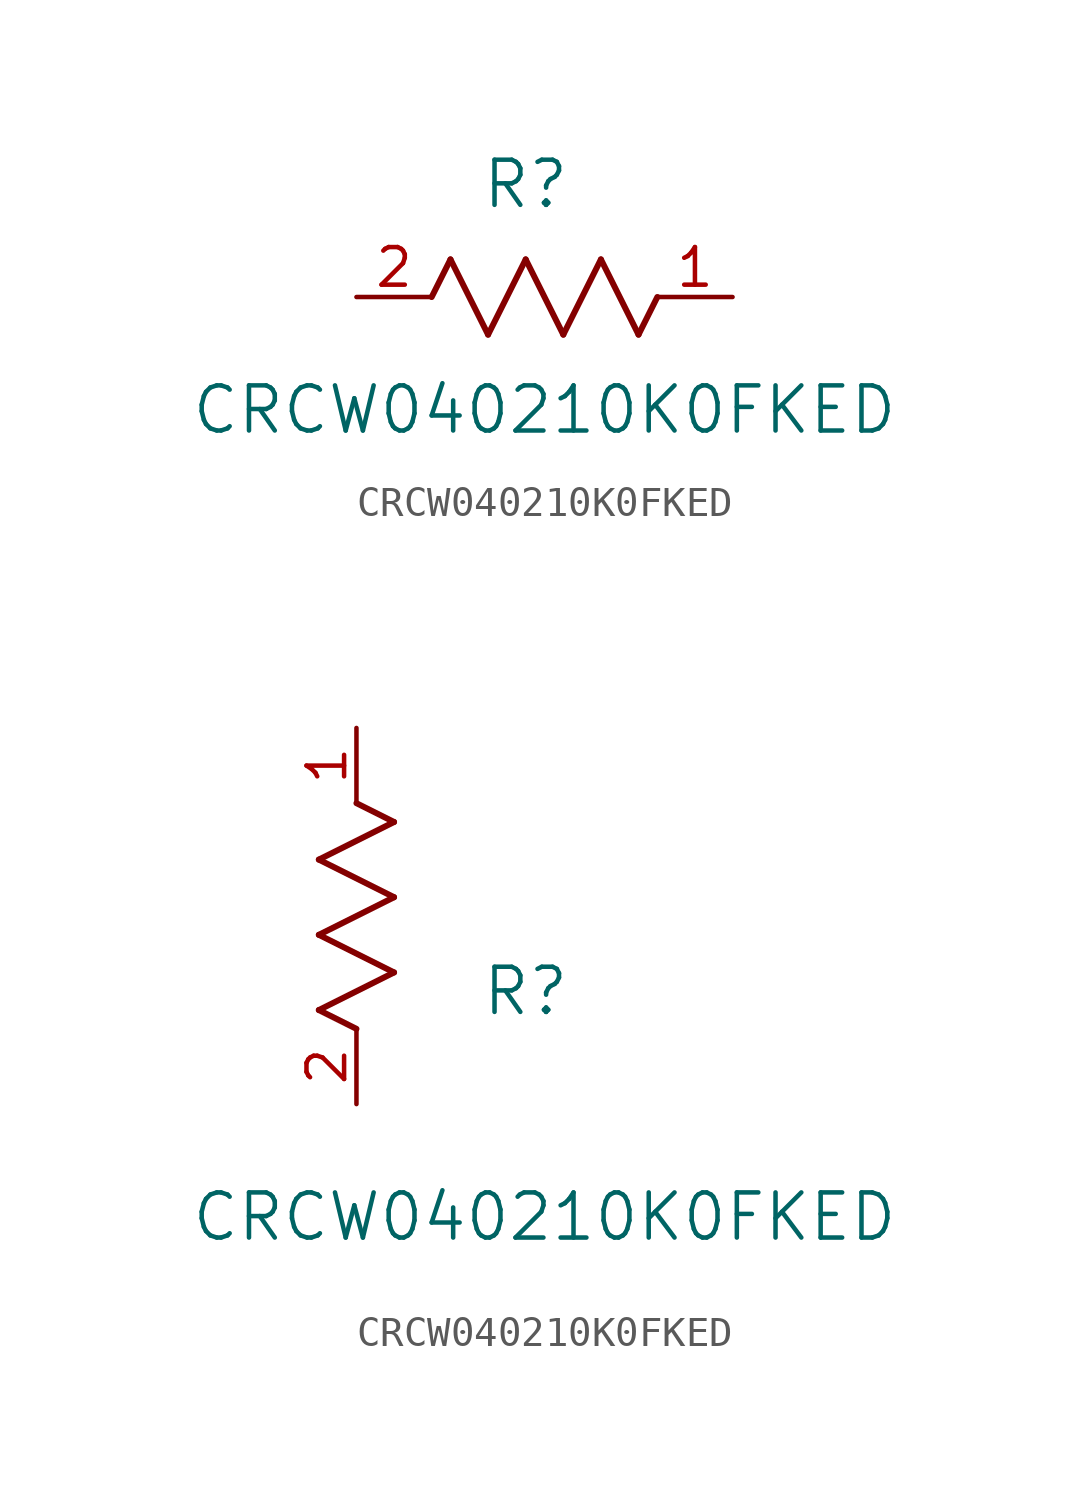
<source format=kicad_sym>
(kicad_symbol_lib
  (version 20211014)
  (generator kicad_symbol_editor)
  (symbol "CRCW040210K0FKED"
    (pin_names
      (offset 0.254))
    (property "Reference" "R"
      (at 5.715 3.81 0)
      (effects (font (size 1.524 1.524))))
    (property "Value" "CRCW040210K0FKED"
      (at 6.35 -3.81 0)
      (effects (font (size 1.524 1.524))))
    (symbol "CRCW040210K0FKED_1_1"
      (polyline (pts (xy 3.175 1.27) (xy 4.445 -1.27)) (stroke (width 0.203) (type default) (color 0 0 0 0)) (fill (type none)))
      (polyline (pts (xy 4.445 -1.27) (xy 5.715 1.27)) (stroke (width 0.203) (type default) (color 0 0 0 0)) (fill (type none)))
      (polyline (pts (xy 5.715 1.27) (xy 6.985 -1.27)) (stroke (width 0.203) (type default) (color 0 0 0 0)) (fill (type none)))
      (polyline (pts (xy 6.985 -1.27) (xy 8.255 1.27)) (stroke (width 0.203) (type default) (color 0 0 0 0)) (fill (type none)))
      (polyline (pts (xy 8.255 1.27) (xy 9.525 -1.27)) (stroke (width 0.203) (type default) (color 0 0 0 0)) (fill (type none)))
      (polyline (pts (xy 2.54 0) (xy 3.175 1.27)) (stroke (width 0.203) (type default) (color 0 0 0 0)) (fill (type none)))
      (polyline (pts (xy 9.525 -1.27) (xy 10.16 0)) (stroke (width 0.203) (type default) (color 0 0 0 0)) (fill (type none)))
      (pin unspecified line (at 0 0 0) (length 2.54) (name "" (effects (font (size 1.27 1.27)))) (number "2" (effects (font (size 1.27 1.27)))))
      (pin unspecified line (at 12.7 0 180) (length 2.54) (name "" (effects (font (size 1.27 1.27)))) (number "1" (effects (font (size 1.27 1.27))))))
    (symbol "CRCW040210K0FKED_1_2"
      (polyline (pts (xy 0 2.54) (xy -1.27 3.175)) (stroke (width 0.203) (type default) (color 0 0 0 0)) (fill (type none)))
      (polyline (pts (xy -1.27 3.175) (xy 1.27 4.445)) (stroke (width 0.203) (type default) (color 0 0 0 0)) (fill (type none)))
      (polyline (pts (xy 1.27 4.445) (xy -1.27 5.715)) (stroke (width 0.203) (type default) (color 0 0 0 0)) (fill (type none)))
      (polyline (pts (xy -1.27 5.715) (xy 1.27 6.985)) (stroke (width 0.203) (type default) (color 0 0 0 0)) (fill (type none)))
      (polyline (pts (xy -1.27 8.255) (xy 1.27 9.525)) (stroke (width 0.203) (type default) (color 0 0 0 0)) (fill (type none)))
      (polyline (pts (xy 1.27 9.525) (xy 0 10.16)) (stroke (width 0.203) (type default) (color 0 0 0 0)) (fill (type none)))
      (polyline (pts (xy 1.27 6.985) (xy -1.27 8.255)) (stroke (width 0.203) (type default) (color 0 0 0 0)) (fill (type none)))
      (pin unspecified line (at 0 0 90) (length 2.54) (name "" (effects (font (size 1.27 1.27)))) (number "2" (effects (font (size 1.27 1.27)))))
      (pin unspecified line (at 0 12.7 270) (length 2.54) (name "" (effects (font (size 1.27 1.27)))) (number "1" (effects (font (size 1.27 1.27))))))))
</source>
